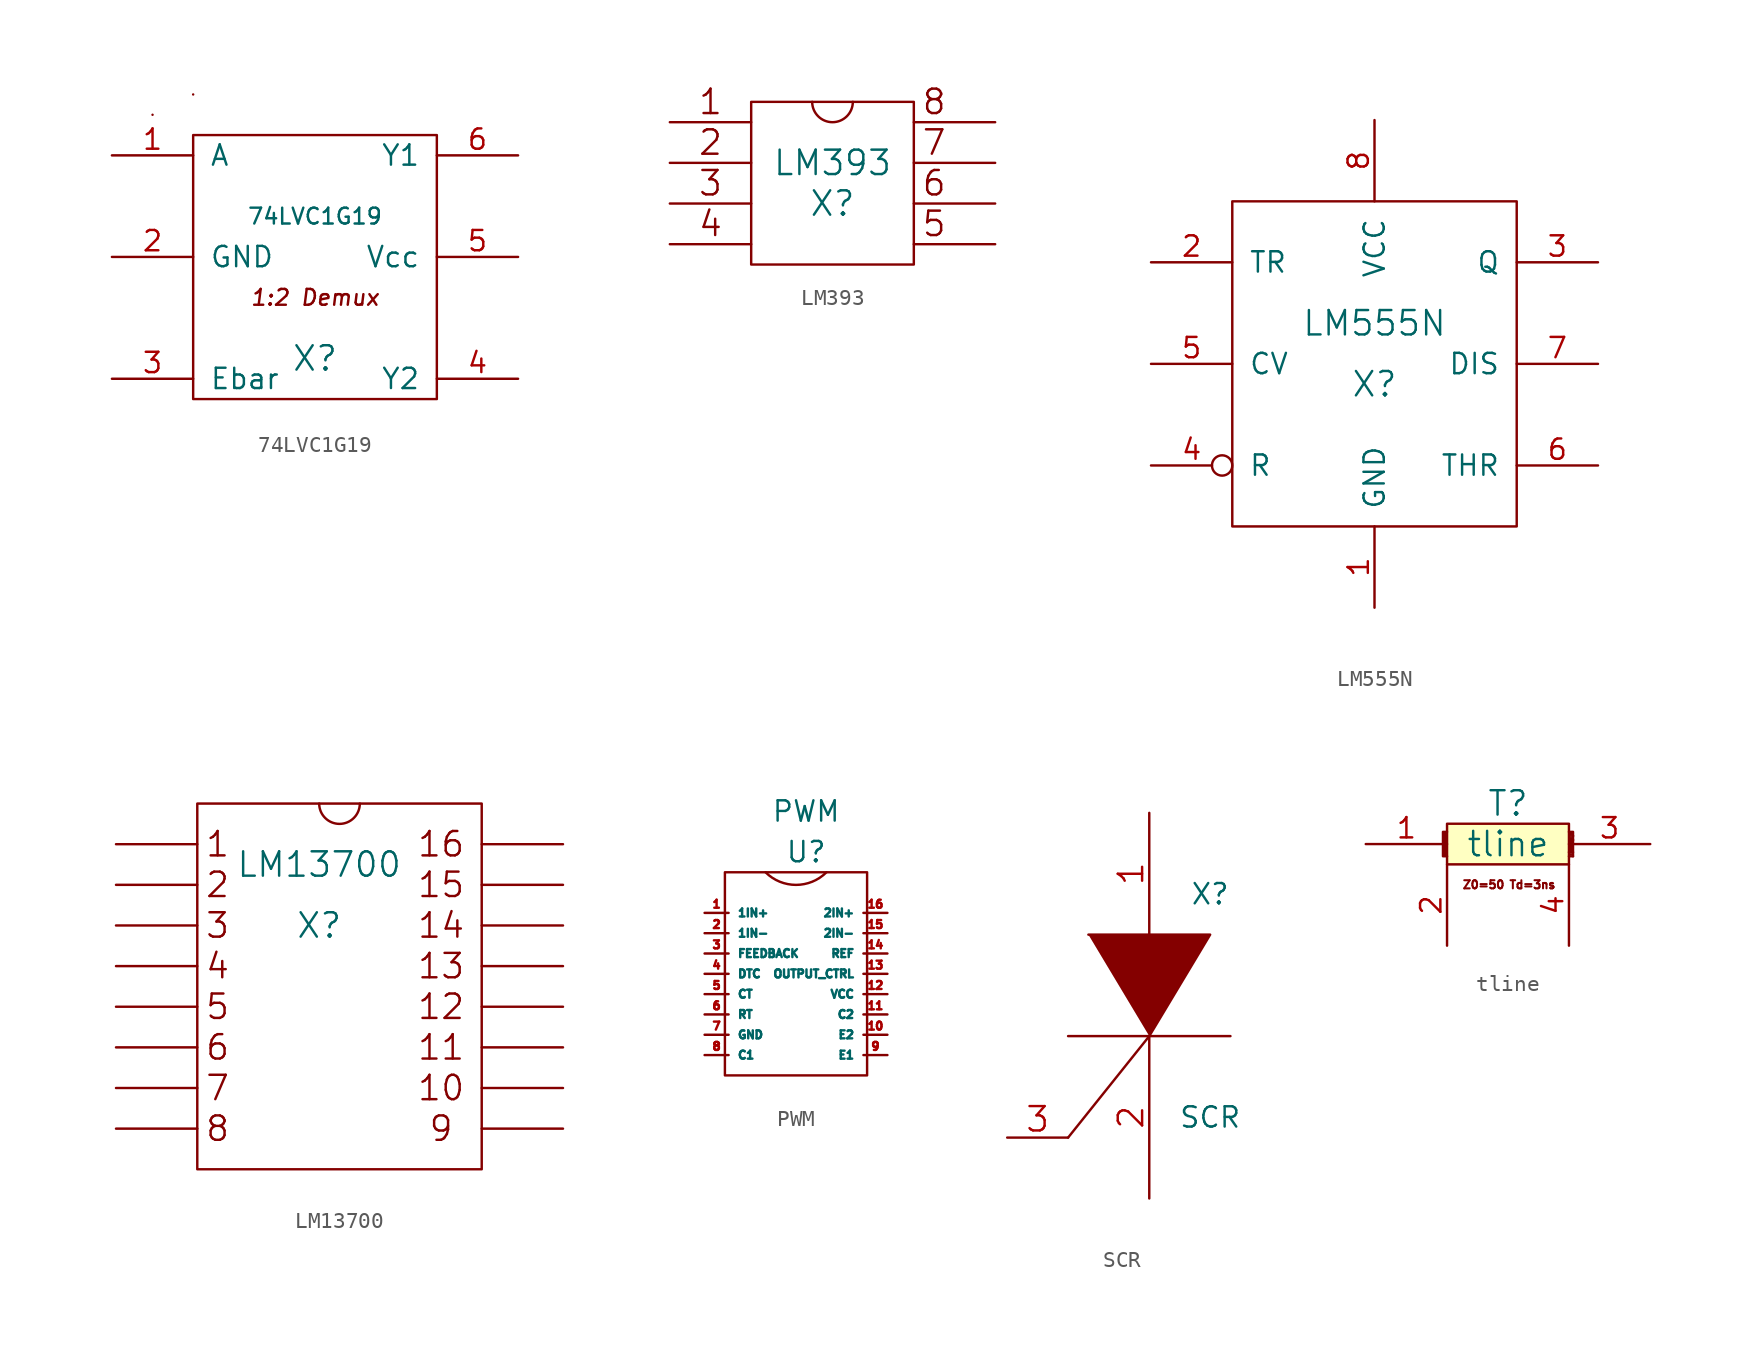
<source format=kicad_sym>
(kicad_symbol_lib
  (version 20211014)
  (generator kicad_symbol_editor)
  (symbol "74LVC1G19"
    (pin_names
      (offset 1.016))
    (property "Reference" "X"
      (at 0 -3.81 0)
      (effects (font (size 1.524 1.524))))
    (property "Value" "74LVC1G19"
      (at 0 5.08 0)
      (effects (font (size 0.991 0.991))))
    (symbol "74LVC1G19_0_0"
      (text "1:2 Demux" (at 0 0 0) (effects (font (size 0.991 0.991) italic))))
    (symbol "74LVC1G19_0_1"
      (rectangle (start -10.16 11.43) (end -10.16 11.43) (stroke (width 0) (type default) (color 0 0 0 0)) (fill (type none)))
      (rectangle (start -7.62 12.7) (end -7.62 12.7) (stroke (width 0) (type default) (color 0 0 0 0)) (fill (type none)))
      (rectangle (start 7.62 -6.35) (end -7.62 10.16) (stroke (width 0) (type default) (color 0 0 0 0)) (fill (type none))))
    (symbol "74LVC1G19_1_1"
      (pin input line (at -12.7 8.89 0) (length 5.08) (name "A" (effects (font (size 1.27 1.27)))) (number "1" (effects (font (size 1.27 1.27)))))
      (pin input line (at -12.7 2.54 0) (length 5.08) (name "GND" (effects (font (size 1.27 1.27)))) (number "2" (effects (font (size 1.27 1.27)))))
      (pin input line (at -12.7 -5.08 0) (length 5.08) (name "Ebar" (effects (font (size 1.27 1.27)))) (number "3" (effects (font (size 1.27 1.27)))))
      (pin output line (at 12.7 -5.08 180) (length 5.08) (name "Y2" (effects (font (size 1.27 1.27)))) (number "4" (effects (font (size 1.27 1.27)))))
      (pin input line (at 12.7 2.54 180) (length 5.08) (name "Vcc" (effects (font (size 1.27 1.27)))) (number "5" (effects (font (size 1.27 1.27)))))
      (pin output line (at 12.7 8.89 180) (length 5.08) (name "Y1" (effects (font (size 1.27 1.27)))) (number "6" (effects (font (size 1.27 1.27)))))))
  (symbol "LM393"
    (pin_numbers hide)
    (pin_names
      (offset 1.016) hide)
    (property "Reference" "X"
      (at 0 -1.27 0)
      (effects (font (size 1.524 1.524))))
    (property "Value" "LM393"
      (at 0 1.27 0)
      (effects (font (size 1.524 1.524))))
    (symbol "LM393_0_0"
      (text "1" (at -7.62 5.08 0) (effects (font (size 1.524 1.524))))
      (text "2" (at -7.62 2.54 0) (effects (font (size 1.524 1.524))))
      (text "3" (at -7.62 0 0) (effects (font (size 1.524 1.524))))
      (text "4" (at -7.62 -2.54 0) (effects (font (size 1.524 1.524))))
      (text "5" (at 6.35 -2.54 0) (effects (font (size 1.524 1.524))))
      (text "6" (at 6.35 0 0) (effects (font (size 1.524 1.524))))
      (text "7" (at 6.35 2.54 0) (effects (font (size 1.524 1.524))))
      (text "8" (at 6.35 5.08 0) (effects (font (size 1.524 1.524)))))
    (symbol "LM393_0_1"
      (rectangle (start -5.08 5.08) (end 5.08 -5.08) (stroke (width 0) (type default) (color 0 0 0 0)) (fill (type none)))
      (arc (start -1.27 5.08) (mid 0 3.81) (end 1.27 5.08) (stroke (width 0) (type default) (color 0 0 0 0)) (fill (type none))))
    (symbol "LM393_1_1"
      (pin input line (at 10.16 3.81 180) (length 5.08) (name "8" (effects (font (size 1.27 1.27)))) (number "1" (effects (font (size 1.27 1.27)))))
      (pin input line (at -10.16 -1.27 0) (length 5.08) (name "3" (effects (font (size 1.27 1.27)))) (number "2" (effects (font (size 1.27 1.27)))))
      (pin input line (at -10.16 1.27 0) (length 5.08) (name "2" (effects (font (size 1.27 1.27)))) (number "3" (effects (font (size 1.27 1.27)))))
      (pin output line (at -10.16 3.81 0) (length 5.08) (name "1" (effects (font (size 1.27 1.27)))) (number "4" (effects (font (size 1.27 1.27)))))
      (pin input line (at -10.16 -3.81 0) (length 5.08) (name "4" (effects (font (size 1.27 1.27)))) (number "5" (effects (font (size 1.27 1.27)))))
      (pin input line (at 10.16 -3.81 180) (length 5.08) (name "5" (effects (font (size 1.27 1.27)))) (number "6" (effects (font (size 1.27 1.27)))))
      (pin input line (at 10.16 -1.27 180) (length 5.08) (name "6" (effects (font (size 1.27 1.27)))) (number "7" (effects (font (size 1.27 1.27)))))
      (pin output line (at 10.16 1.27 180) (length 5.08) (name "7" (effects (font (size 1.27 1.27)))) (number "8" (effects (font (size 1.27 1.27)))))))
  (symbol "LM555N"
    (pin_names
      (offset 1.016))
    (property "Reference" "X"
      (at 0 -1.27 0)
      (effects (font (size 1.524 1.524))))
    (property "Value" "LM555N"
      (at 0 2.54 0)
      (effects (font (size 1.524 1.524))))
    (property "Footprint" ""
      (at -1.27 0 0)
      (effects (font (size 1.524 1.524))))
    (property "Datasheet" ""
      (at -1.27 0 0)
      (effects (font (size 1.524 1.524))))
    (symbol "LM555N_0_1"
      (rectangle (start 8.89 -10.16) (end -8.89 10.16) (stroke (width 0) (type default) (color 0 0 0 0)) (fill (type none))))
    (symbol "LM555N_1_1"
      (pin power_in line (at 0 -15.24 90) (length 5.08) (name "GND" (effects (font (size 1.27 1.27)))) (number "1" (effects (font (size 1.27 1.27)))))
      (pin input line (at -13.97 6.35 0) (length 5.08) (name "TR" (effects (font (size 1.27 1.27)))) (number "2" (effects (font (size 1.27 1.27)))))
      (pin output line (at 13.97 6.35 180) (length 5.08) (name "Q" (effects (font (size 1.27 1.27)))) (number "3" (effects (font (size 1.27 1.27)))))
      (pin input inverted (at -13.97 -6.35 0) (length 5.08) (name "R" (effects (font (size 1.27 1.27)))) (number "4" (effects (font (size 1.27 1.27)))))
      (pin input line (at -13.97 0 0) (length 5.08) (name "CV" (effects (font (size 1.27 1.27)))) (number "5" (effects (font (size 1.27 1.27)))))
      (pin input line (at 13.97 -6.35 180) (length 5.08) (name "THR" (effects (font (size 1.27 1.27)))) (number "6" (effects (font (size 1.27 1.27)))))
      (pin input line (at 13.97 0 180) (length 5.08) (name "DIS" (effects (font (size 1.27 1.27)))) (number "7" (effects (font (size 1.27 1.27)))))
      (pin power_in line (at 0 15.24 270) (length 5.08) (name "VCC" (effects (font (size 1.27 1.27)))) (number "8" (effects (font (size 1.27 1.27)))))))
  (symbol "LM13700"
    (pin_numbers hide)
    (pin_names
      (offset 1.016) hide)
    (property "Reference" "X"
      (at -1.27 6.35 0)
      (effects (font (size 1.524 1.524))))
    (property "Value" "LM13700"
      (at -1.27 10.16 0)
      (effects (font (size 1.524 1.524))))
    (symbol "LM13700_0_0"
      (arc (start -1.27 13.97) (mid 0 12.7) (end 1.27 13.97) (stroke (width 0) (type default) (color 0 0 0 0)) (fill (type none)))
      (text "1" (at -7.62 11.43 0) (effects (font (size 1.524 1.524))))
      (text "10" (at 6.35 -3.81 0) (effects (font (size 1.524 1.524))))
      (text "11" (at 6.35 -1.27 0) (effects (font (size 1.524 1.524))))
      (text "12" (at 6.35 1.27 0) (effects (font (size 1.524 1.524))))
      (text "13" (at 6.35 3.81 0) (effects (font (size 1.524 1.524))))
      (text "14" (at 6.35 6.35 0) (effects (font (size 1.524 1.524))))
      (text "15" (at 6.35 8.89 0) (effects (font (size 1.524 1.524))))
      (text "16" (at 6.35 11.43 0) (effects (font (size 1.524 1.524))))
      (text "2" (at -7.62 8.89 0) (effects (font (size 1.524 1.524))))
      (text "3" (at -7.62 6.35 0) (effects (font (size 1.524 1.524))))
      (text "4" (at -7.62 3.81 0) (effects (font (size 1.524 1.524))))
      (text "5" (at -7.62 1.27 0) (effects (font (size 1.524 1.524))))
      (text "6" (at -7.62 -1.27 0) (effects (font (size 1.524 1.524))))
      (text "7" (at -7.62 -3.81 0) (effects (font (size 1.524 1.524))))
      (text "8" (at -7.62 -6.35 0) (effects (font (size 1.524 1.524))))
      (text "9" (at 6.35 -6.35 0) (effects (font (size 1.524 1.524)))))
    (symbol "LM13700_0_1"
      (rectangle (start -8.89 13.97) (end 8.89 -8.89) (stroke (width 0) (type default) (color 0 0 0 0)) (fill (type none))))
    (symbol "LM13700_1_1"
      (pin input line (at 13.97 -1.27 180) (length 5.08) (name "V+" (effects (font (size 1.27 1.27)))) (number "1" (effects (font (size 1.27 1.27)))))
      (pin bidirectional line (at 13.97 6.35 180) (length 5.08) (name "+Input" (effects (font (size 1.27 1.27)))) (number "10" (effects (font (size 1.27 1.27)))))
      (pin input line (at 13.97 11.43 180) (length 5.08) (name "Amp_bias_input" (effects (font (size 1.27 1.27)))) (number "11" (effects (font (size 1.27 1.27)))))
      (pin bidirectional line (at -13.97 -6.35 0) (length 5.08) (name "Buffer_output" (effects (font (size 1.27 1.27)))) (number "12" (effects (font (size 1.27 1.27)))))
      (pin input line (at -13.97 -3.81 0) (length 5.08) (name "Buffer_Input" (effects (font (size 1.27 1.27)))) (number "13" (effects (font (size 1.27 1.27)))))
      (pin output line (at 13.97 1.27 180) (length 5.08) (name "Output" (effects (font (size 1.27 1.27)))) (number "14" (effects (font (size 1.27 1.27)))))
      (pin bidirectional line (at 13.97 -6.35 180) (length 5.08) (name "Buffer_output" (effects (font (size 1.27 1.27)))) (number "15" (effects (font (size 1.27 1.27)))))
      (pin input line (at 13.97 -3.81 180) (length 5.08) (name "Buffer_input" (effects (font (size 1.27 1.27)))) (number "16" (effects (font (size 1.27 1.27)))))
      (pin input line (at -13.97 8.89 0) (length 5.08) (name "Diode_bias" (effects (font (size 1.27 1.27)))) (number "2" (effects (font (size 1.27 1.27)))))
      (pin bidirectional line (at -13.97 3.81 0) (length 5.08) (name "-Input" (effects (font (size 1.27 1.27)))) (number "3" (effects (font (size 1.27 1.27)))))
      (pin bidirectional line (at -13.97 6.35 0) (length 5.08) (name "+Input" (effects (font (size 1.27 1.27)))) (number "4" (effects (font (size 1.27 1.27)))))
      (pin input line (at -13.97 11.43 0) (length 5.08) (name "Amp_bias" (effects (font (size 1.27 1.27)))) (number "5" (effects (font (size 1.27 1.27)))))
      (pin input line (at -13.97 -1.27 0) (length 5.08) (name "V-" (effects (font (size 1.27 1.27)))) (number "6" (effects (font (size 1.27 1.27)))))
      (pin output line (at -13.97 1.27 0) (length 5.08) (name "Output" (effects (font (size 1.27 1.27)))) (number "7" (effects (font (size 1.27 1.27)))))
      (pin input line (at 13.97 8.89 180) (length 5.08) (name "Diode_bias" (effects (font (size 1.27 1.27)))) (number "8" (effects (font (size 1.27 1.27)))))
      (pin bidirectional line (at 13.97 3.81 180) (length 5.08) (name "-Input" (effects (font (size 1.27 1.27)))) (number "9" (effects (font (size 1.27 1.27)))))))
  (symbol "PWM"
    (property "Reference" "U"
      (at -1.27 1.27 0)
      (effects (font (size 1.27 1.27))))
    (property "Value" "PWM"
      (at -1.27 3.81 0)
      (effects (font (size 1.27 1.27))))
    (symbol "PWM_0_1"
      (rectangle (start -6.35 0) (end 2.54 -12.7) (stroke (width 0) (type default) (color 0 0 0 0)) (fill (type none)))
      (arc (start -3.81 0) (mid -1.905 -0.7891) (end 0 0) (stroke (width 0) (type default) (color 0 0 0 0)) (fill (type none))))
    (symbol "PWM_1_1"
      (pin input line (at -7.62 -2.54 0) (length 1.5) (name "1IN+" (effects (font (size 0.5 0.5)))) (number "1" (effects (font (size 0.5 0.5)))))
      (pin output line (at 3.81 -10.16 180) (length 1.5) (name "E2" (effects (font (size 0.5 0.5)))) (number "10" (effects (font (size 0.5 0.5)))))
      (pin output line (at 3.81 -8.89 180) (length 1.5) (name "C2" (effects (font (size 0.5 0.5)))) (number "11" (effects (font (size 0.5 0.5)))))
      (pin input line (at 3.81 -7.62 180) (length 1.5) (name "VCC" (effects (font (size 0.5 0.5)))) (number "12" (effects (font (size 0.5 0.5)))))
      (pin input line (at 3.81 -6.35 180) (length 1.5) (name "OUTPUT_CTRL" (effects (font (size 0.5 0.5)))) (number "13" (effects (font (size 0.5 0.5)))))
      (pin output line (at 3.81 -5.08 180) (length 1.5) (name "REF" (effects (font (size 0.5 0.5)))) (number "14" (effects (font (size 0.5 0.5)))))
      (pin input line (at 3.81 -3.81 180) (length 1.5) (name "2IN-" (effects (font (size 0.5 0.5)))) (number "15" (effects (font (size 0.5 0.5)))))
      (pin input line (at 3.81 -2.54 180) (length 1.5) (name "2IN+" (effects (font (size 0.5 0.5)))) (number "16" (effects (font (size 0.5 0.5)))))
      (pin input line (at -7.62 -3.81 0) (length 1.5) (name "1IN-" (effects (font (size 0.5 0.5)))) (number "2" (effects (font (size 0.5 0.5)))))
      (pin input line (at -7.62 -5.08 0) (length 1.5) (name "FEEDBACK" (effects (font (size 0.5 0.5)))) (number "3" (effects (font (size 0.5 0.5)))))
      (pin input line (at -7.62 -6.35 0) (length 1.5) (name "DTC" (effects (font (size 0.5 0.5)))) (number "4" (effects (font (size 0.5 0.5)))))
      (pin input line (at -7.62 -7.62 0) (length 1.5) (name "CT" (effects (font (size 0.5 0.5)))) (number "5" (effects (font (size 0.5 0.5)))))
      (pin input line (at -7.62 -8.89 0) (length 1.5) (name "RT" (effects (font (size 0.5 0.5)))) (number "6" (effects (font (size 0.5 0.5)))))
      (pin input line (at -7.62 -10.16 0) (length 1.5) (name "GND" (effects (font (size 0.5 0.5)))) (number "7" (effects (font (size 0.5 0.5)))))
      (pin output line (at -7.62 -11.43 0) (length 1.5) (name "C1" (effects (font (size 0.5 0.5)))) (number "8" (effects (font (size 0.5 0.5)))))
      (pin output line (at 3.81 -11.43 180) (length 1.5) (name "E1" (effects (font (size 0.5 0.5)))) (number "9" (effects (font (size 0.5 0.5)))))))
  (symbol "SCR"
    (pin_names
      (offset 0.254) hide)
    (property "Reference" "X"
      (at 3.81 5.08 0)
      (effects (font (size 1.27 1.27))))
    (property "Value" "SCR"
      (at 3.81 -8.89 0)
      (effects (font (size 1.27 1.27))))
    (property "Footprint" ""
      (at 0 0 0)
      (effects (font (size 1.524 1.524))))
    (property "Datasheet" ""
      (at 0 0 0)
      (effects (font (size 1.524 1.524))))
    (symbol "SCR_0_0"
      (polyline (pts (xy -5.08 -3.81) (xy 5.08 -3.81)) (stroke (width 0) (type default) (color 0 0 0 0)) (fill (type none))))
    (symbol "SCR_0_1"
      (polyline (pts (xy 0 -3.81) (xy -5.08 -10.16)) (stroke (width 0) (type default) (color 0 0 0 0)) (fill (type none)))
      (polyline (pts (xy -3.81 2.54) (xy 3.81 2.54) (xy 0 -3.81)) (stroke (width 0) (type default) (color 0 0 0 0)) (fill (type outline))))
    (symbol "SCR_1_1"
      (pin input line (at 0 10.16 270) (length 7.62) (name "A" (effects (font (size 1.524 1.524)))) (number "1" (effects (font (size 1.524 1.524)))))
      (pin input line (at 0 -13.97 90) (length 10.16) (name "K" (effects (font (size 1.778 1.778)))) (number "2" (effects (font (size 1.524 1.524)))))
      (pin input line (at -8.89 -10.16 0) (length 3.81) (name "G" (effects (font (size 1.524 1.524)))) (number "3" (effects (font (size 1.524 1.524)))))))
  (symbol "tline"
    (pin_names
      (offset 1.016))
    (property "Reference" "T"
      (at 0 2.54 0)
      (effects (font (size 1.524 1.524))))
    (property "Value" "tline"
      (at 0 0 0)
      (effects (font (size 1.524 1.524))))
    (symbol "tline_0_0"
      (text "Td=3ns" (at 1.524 -2.54 0) (effects (font (size 0.508 0.508))))
      (text "Z0=50" (at -1.524 -2.54 0) (effects (font (size 0.508 0.508)))))
    (symbol "tline_0_1"
      (polyline (pts (xy 3.937 -0.635) (xy 3.937 -0.635)) (stroke (width 0) (type default) (color 0 0 0 0)) (fill (type none)))
      (polyline (pts (xy 3.937 0.508) (xy 3.937 0.508)) (stroke (width 0) (type default) (color 0 0 0 0)) (fill (type none)))
      (polyline (pts (xy 3.937 0.635) (xy 3.937 0.635)) (stroke (width 0) (type default) (color 0 0 0 0)) (fill (type none)))
      (polyline (pts (xy 3.937 0.635) (xy 3.937 0.635)) (stroke (width 0) (type default) (color 0 0 0 0)) (fill (type none)))
      (polyline (pts (xy 4.064 -0.762) (xy 4.064 -0.762)) (stroke (width 0) (type default) (color 0 0 0 0)) (fill (type none)))
      (polyline (pts (xy 4.064 0.254) (xy 4.064 0.254)) (stroke (width 0) (type default) (color 0 0 0 0)) (fill (type none)))
      (polyline (pts (xy 4.064 0.254) (xy 4.064 0.254)) (stroke (width 0) (type default) (color 0 0 0 0)) (fill (type none)))
      (polyline (pts (xy 4.064 0.508) (xy 4.064 0.508)) (stroke (width 0) (type default) (color 0 0 0 0)) (fill (type none)))
      (polyline (pts (xy 4.064 0.508) (xy 4.064 0.508)) (stroke (width 0) (type default) (color 0 0 0 0)) (fill (type none)))
      (polyline (pts (xy 3.81 -0.762) (xy 4.064 -0.762) (xy 4.064 -0.508)) (stroke (width 0) (type default) (color 0 0 0 0)) (fill (type none)))
      (polyline (pts (xy 3.937 -0.127) (xy 3.937 -0.381) (xy 3.937 0.381)) (stroke (width 0) (type default) (color 0 0 0 0)) (fill (type none)))
      (polyline (pts (xy -3.81 0.762) (xy -4.064 0.762) (xy -4.064 -0.762) (xy -3.81 -0.762)) (stroke (width 0) (type default) (color 0 0 0 0)) (fill (type outline)))
      (polyline (pts (xy 3.81 0.762) (xy 4.064 0.762) (xy 4.064 -0.508) (xy 3.81 -0.508)) (stroke (width 0) (type default) (color 0 0 0 0)) (fill (type none)))
      (polyline (pts (xy -3.81 1.27) (xy -3.81 -1.27) (xy 3.81 -1.27) (xy 3.81 1.27) (xy -3.81 1.27)) (stroke (width 0) (type default) (color 0 0 0 0)) (fill (type background))))
    (symbol "tline_1_1"
      (pin input line (at -8.89 0 0) (length 5.08) (name "~" (effects (font (size 1.27 1.27)))) (number "1" (effects (font (size 1.27 1.27)))))
      (pin input line (at -3.81 -6.35 90) (length 5.08) (name "~" (effects (font (size 1.27 1.27)))) (number "2" (effects (font (size 1.27 1.27)))))
      (pin input line (at 8.89 0 180) (length 5.08) (name "~" (effects (font (size 1.27 1.27)))) (number "3" (effects (font (size 1.27 1.27)))))
      (pin output line (at 3.81 -6.35 90) (length 5.08) (name "~" (effects (font (size 1.27 1.27)))) (number "4" (effects (font (size 1.27 1.27))))))))
</source>
